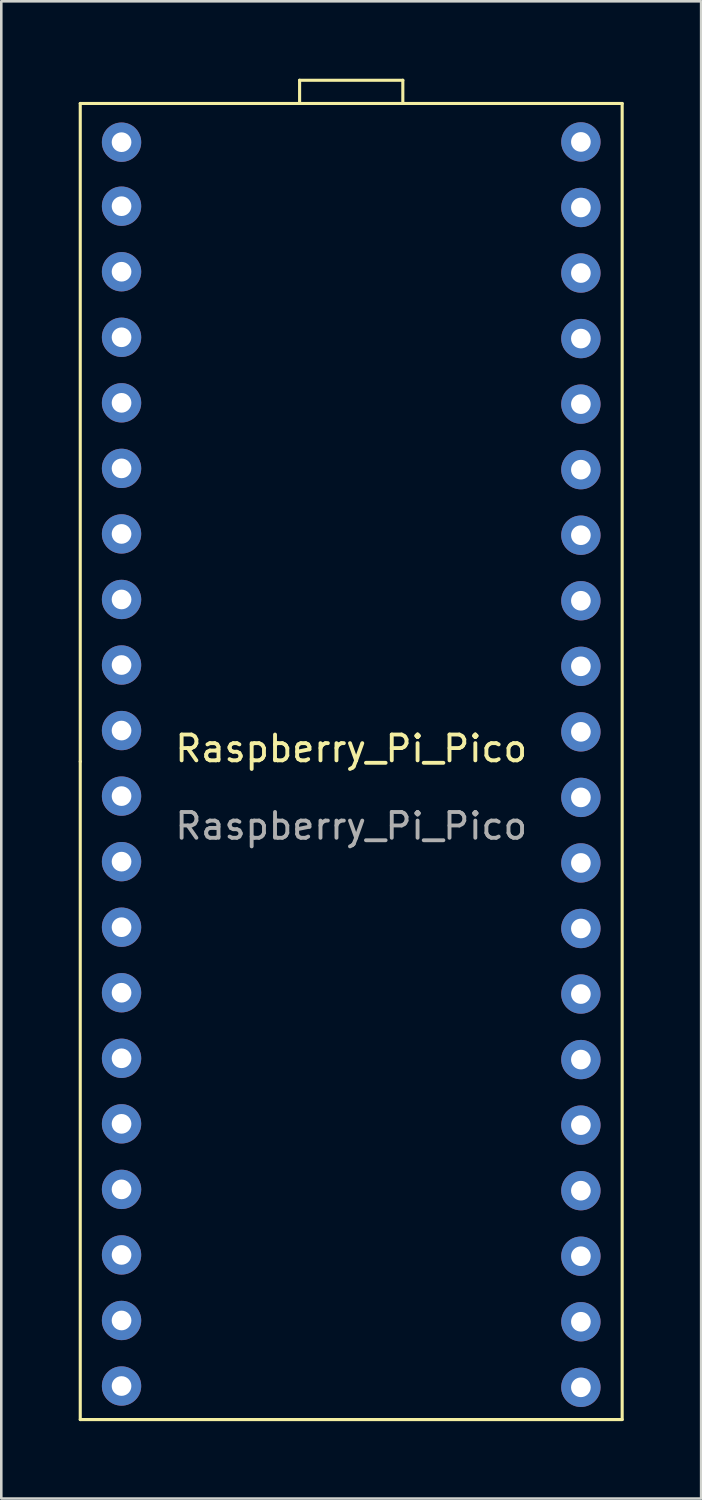
<source format=kicad_pcb>
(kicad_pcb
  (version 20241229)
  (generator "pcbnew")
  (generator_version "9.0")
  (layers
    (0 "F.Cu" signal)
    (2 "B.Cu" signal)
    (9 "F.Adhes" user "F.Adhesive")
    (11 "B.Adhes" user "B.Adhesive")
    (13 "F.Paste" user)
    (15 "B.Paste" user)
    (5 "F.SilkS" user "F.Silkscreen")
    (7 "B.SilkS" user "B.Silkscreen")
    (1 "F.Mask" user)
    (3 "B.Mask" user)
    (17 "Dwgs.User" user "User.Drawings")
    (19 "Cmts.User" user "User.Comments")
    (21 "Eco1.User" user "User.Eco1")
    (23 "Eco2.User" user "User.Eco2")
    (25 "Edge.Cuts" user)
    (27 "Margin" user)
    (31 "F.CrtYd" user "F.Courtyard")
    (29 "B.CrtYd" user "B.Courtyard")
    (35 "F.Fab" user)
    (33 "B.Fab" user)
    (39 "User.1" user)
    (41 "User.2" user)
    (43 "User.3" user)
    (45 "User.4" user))
  (footprint "Raspberry_Pi_Pico"
    (layer "F.Cu")
    (at 10.56 26.46)
    (property "Reference" "Raspberry_Pi_Pico" (at 0 -0.5 0) (unlocked yes) (layer "F.SilkS") (effects (font (size 1 1) (thickness 0.15))))
    (attr through_hole)
    (fp_line (start -10.5 -25.5) (end 10.5 -25.5) (stroke (width 0.12) (type solid)) (layer "F.SilkS"))
    (fp_line (start -10.5 0) (end -10.5 -25.5) (stroke (width 0.12) (type solid)) (layer "F.SilkS"))
    (fp_line (start -10.5 25.5) (end -10.5 0) (stroke (width 0.12) (type solid)) (layer "F.SilkS"))
    (fp_line (start -2 -26.4) (end 2 -26.4) (stroke (width 0.12) (type solid)) (layer "F.SilkS"))
    (fp_line (start -2 -25.5) (end -2 -26.4) (stroke (width 0.12) (type solid)) (layer "F.SilkS"))
    (fp_line (start 2 -25.5) (end 2 -26.4) (stroke (width 0.12) (type solid)) (layer "F.SilkS"))
    (fp_line (start 10.5 -25.5) (end 10.5 25.5) (stroke (width 0.12) (type solid)) (layer "F.SilkS"))
    (fp_line (start 10.5 25.5) (end -10.5 25.5) (stroke (width 0.12) (type solid)) (layer "F.SilkS"))
    (fp_text user "${REFERENCE}" (at 0 2.5 0) (unlocked yes) (layer "F.Fab") (effects (font (size 1 1) (thickness 0.15))))
    (pad "1" thru_hole circle (at -8.9 -24) (size 1.524 1.524) (drill 0.762) (layers "*.Cu" "*.Mask"))
    (pad "2" thru_hole circle (at -8.9 -21.52) (size 1.524 1.524) (drill 0.762) (layers "*.Cu" "*.Mask"))
    (pad "3" thru_hole circle (at -8.9 -18.98) (size 1.524 1.524) (drill 0.762) (layers "*.Cu" "*.Mask"))
    (pad "4" thru_hole circle (at -8.9 -16.44) (size 1.524 1.524) (drill 0.762) (layers "*.Cu" "*.Mask"))
    (pad "5" thru_hole circle (at -8.9 -13.9) (size 1.524 1.524) (drill 0.762) (layers "*.Cu" "*.Mask"))
    (pad "6" thru_hole circle (at -8.9 -11.36) (size 1.524 1.524) (drill 0.762) (layers "*.Cu" "*.Mask"))
    (pad "7" thru_hole circle (at -8.9 -8.82) (size 1.524 1.524) (drill 0.762) (layers "*.Cu" "*.Mask"))
    (pad "8" thru_hole circle (at -8.9 -6.28) (size 1.524 1.524) (drill 0.762) (layers "*.Cu" "*.Mask"))
    (pad "9" thru_hole circle (at -8.9 -3.74) (size 1.524 1.524) (drill 0.762) (layers "*.Cu" "*.Mask"))
    (pad "10" thru_hole circle (at -8.9 -1.2) (size 1.524 1.524) (drill 0.762) (layers "*.Cu" "*.Mask"))
    (pad "11" thru_hole circle (at -8.9 1.34) (size 1.524 1.524) (drill 0.762) (layers "*.Cu" "*.Mask"))
    (pad "12" thru_hole circle (at -8.9 3.88) (size 1.524 1.524) (drill 0.762) (layers "*.Cu" "*.Mask"))
    (pad "13" thru_hole circle (at -8.9 6.42) (size 1.524 1.524) (drill 0.762) (layers "*.Cu" "*.Mask"))
    (pad "14" thru_hole circle (at -8.9 8.96) (size 1.524 1.524) (drill 0.762) (layers "*.Cu" "*.Mask"))
    (pad "15" thru_hole circle (at -8.9 11.5) (size 1.524 1.524) (drill 0.762) (layers "*.Cu" "*.Mask"))
    (pad "16" thru_hole circle (at -8.9 14.04) (size 1.524 1.524) (drill 0.762) (layers "*.Cu" "*.Mask"))
    (pad "17" thru_hole circle (at -8.9 16.58) (size 1.524 1.524) (drill 0.762) (layers "*.Cu" "*.Mask"))
    (pad "18" thru_hole circle (at -8.9 19.12) (size 1.524 1.524) (drill 0.762) (layers "*.Cu" "*.Mask"))
    (pad "19" thru_hole circle (at -8.9 21.66) (size 1.524 1.524) (drill 0.762) (layers "*.Cu" "*.Mask"))
    (pad "20" thru_hole circle (at -8.9 24.2) (size 1.524 1.524) (drill 0.762) (layers "*.Cu" "*.Mask"))
    (pad "21" thru_hole circle (at 8.9 24.25) (size 1.524 1.524) (drill 0.762) (layers "*.Cu" "*.Mask"))
    (pad "22" thru_hole circle (at 8.9 21.71) (size 1.524 1.524) (drill 0.762) (layers "*.Cu" "*.Mask"))
    (pad "23" thru_hole circle (at 8.9 19.17) (size 1.524 1.524) (drill 0.762) (layers "*.Cu" "*.Mask"))
    (pad "24" thru_hole circle (at 8.9 16.63) (size 1.524 1.524) (drill 0.762) (layers "*.Cu" "*.Mask"))
    (pad "25" thru_hole circle (at 8.9 14.09) (size 1.524 1.524) (drill 0.762) (layers "*.Cu" "*.Mask"))
    (pad "26" thru_hole circle (at 8.9 11.55) (size 1.524 1.524) (drill 0.762) (layers "*.Cu" "*.Mask"))
    (pad "27" thru_hole circle (at 8.9 9.01) (size 1.524 1.524) (drill 0.762) (layers "*.Cu" "*.Mask"))
    (pad "28" thru_hole circle (at 8.9 6.47) (size 1.524 1.524) (drill 0.762) (layers "*.Cu" "*.Mask"))
    (pad "29" thru_hole circle (at 8.9 3.93) (size 1.524 1.524) (drill 0.762) (layers "*.Cu" "*.Mask"))
    (pad "30" thru_hole circle (at 8.9 1.39) (size 1.524 1.524) (drill 0.762) (layers "*.Cu" "*.Mask"))
    (pad "31" thru_hole circle (at 8.9 -1.15) (size 1.524 1.524) (drill 0.762) (layers "*.Cu" "*.Mask"))
    (pad "32" thru_hole circle (at 8.9 -3.69) (size 1.524 1.524) (drill 0.762) (layers "*.Cu" "*.Mask"))
    (pad "33" thru_hole circle (at 8.9 -6.23) (size 1.524 1.524) (drill 0.762) (layers "*.Cu" "*.Mask"))
    (pad "34" thru_hole circle (at 8.9 -8.77) (size 1.524 1.524) (drill 0.762) (layers "*.Cu" "*.Mask"))
    (pad "35" thru_hole circle (at 8.9 -11.31) (size 1.524 1.524) (drill 0.762) (layers "*.Cu" "*.Mask"))
    (pad "36" thru_hole circle (at 8.9 -13.85) (size 1.524 1.524) (drill 0.762) (layers "*.Cu" "*.Mask"))
    (pad "37" thru_hole circle (at 8.9 -16.39) (size 1.524 1.524) (drill 0.762) (layers "*.Cu" "*.Mask"))
    (pad "38" thru_hole circle (at 8.9 -18.93) (size 1.524 1.524) (drill 0.762) (layers "*.Cu" "*.Mask"))
    (pad "39" thru_hole circle (at 8.9 -21.47) (size 1.524 1.524) (drill 0.762) (layers "*.Cu" "*.Mask"))
    (pad "40" thru_hole circle (at 8.9 -24.01) (size 1.524 1.524) (drill 0.762) (layers "*.Cu" "*.Mask")))
  (gr_rect
    (start -3 -3)
    (end 24.12 55.02)
    (stroke (width 0.1) (type default))
    (fill no)
    (layer "Edge.Cuts")))
</source>
